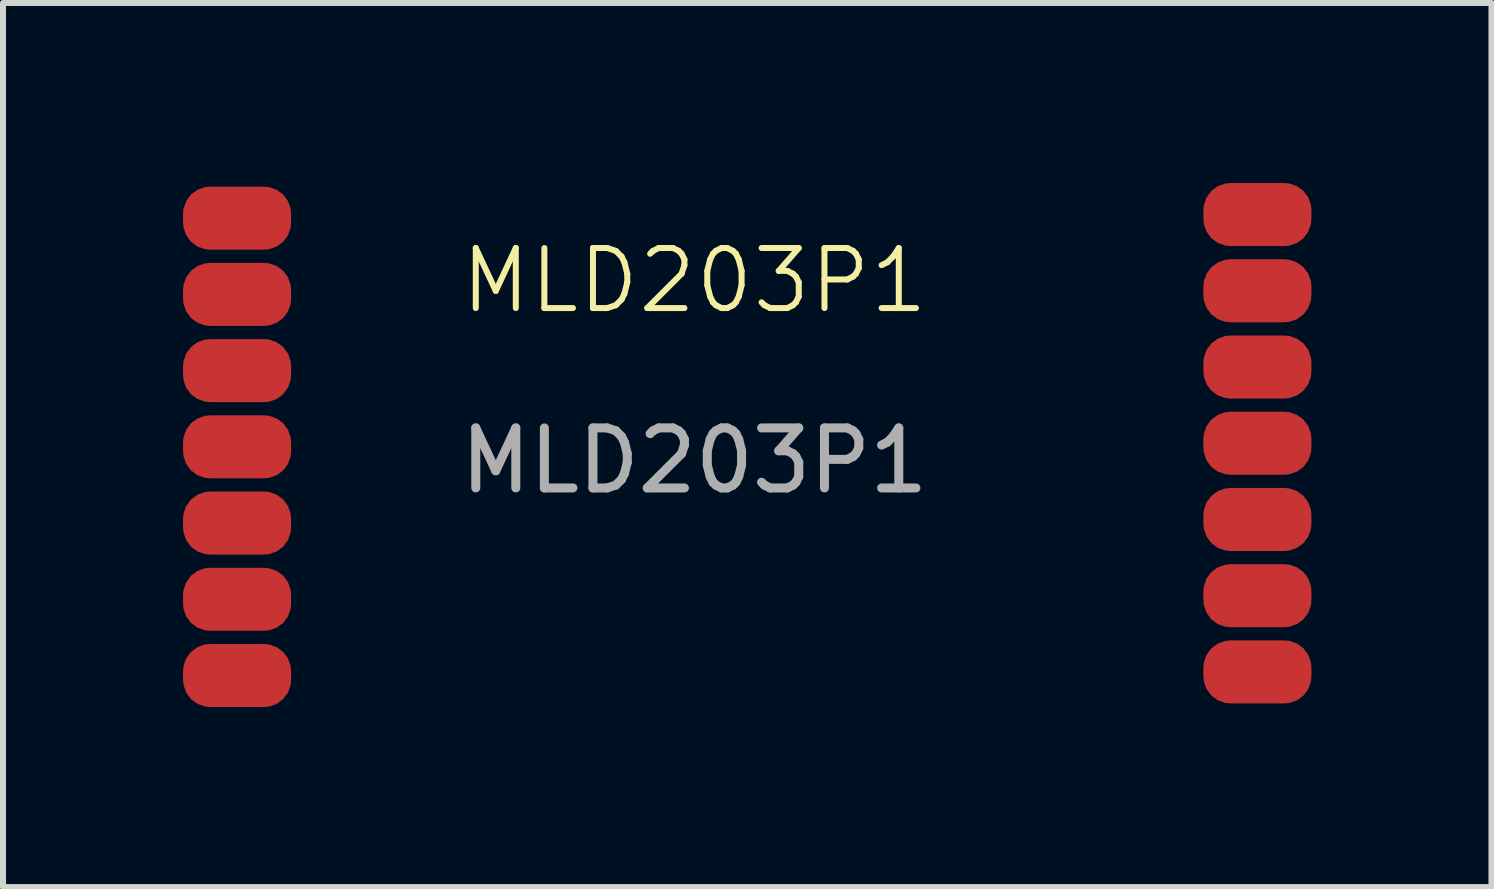
<source format=kicad_pcb>
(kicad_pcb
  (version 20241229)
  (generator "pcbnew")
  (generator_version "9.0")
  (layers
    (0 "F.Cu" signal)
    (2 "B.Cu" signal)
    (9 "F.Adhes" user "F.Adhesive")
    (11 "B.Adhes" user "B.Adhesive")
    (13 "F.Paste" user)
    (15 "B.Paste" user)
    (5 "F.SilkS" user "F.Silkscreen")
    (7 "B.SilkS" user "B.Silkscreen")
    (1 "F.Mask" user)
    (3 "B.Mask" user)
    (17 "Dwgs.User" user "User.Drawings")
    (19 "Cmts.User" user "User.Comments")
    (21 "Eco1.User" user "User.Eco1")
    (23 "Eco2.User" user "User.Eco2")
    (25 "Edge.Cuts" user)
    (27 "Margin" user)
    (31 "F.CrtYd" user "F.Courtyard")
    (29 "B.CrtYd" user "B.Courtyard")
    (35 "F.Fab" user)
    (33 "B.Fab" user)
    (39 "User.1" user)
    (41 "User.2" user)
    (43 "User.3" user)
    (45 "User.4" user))
  (footprint "MLD203P1"
    (layer "F.Cu")
    (at 0.9 8.205)
    (property "Reference" "MLD203P1" (at 7.62 -6.58 0) (unlocked yes) (layer "F.SilkS") (effects (font (size 1 1) (thickness 0.1))))
    (attr smd)
    (fp_text user "${REFERENCE}" (at 7.62 -3.58 0) (unlocked yes) (layer "F.Fab") (effects (font (size 1 1) (thickness 0.15))))
    (pad "1" smd roundrect (at 0 -7.62) (size 1.8 1.05) (layers "F.Cu" "F.Mask" "F.Paste") (roundrect_rratio 0.429))
    (pad "2" smd roundrect (at 0 -6.35) (size 1.8 1.05) (layers "F.Cu" "F.Mask" "F.Paste") (roundrect_rratio 0.429))
    (pad "3" smd roundrect (at 0 -5.08) (size 1.8 1.05) (layers "F.Cu" "F.Mask" "F.Paste") (roundrect_rratio 0.429))
    (pad "4" smd roundrect (at 0 -3.81) (size 1.8 1.05) (layers "F.Cu" "F.Mask" "F.Paste") (roundrect_rratio 0.429))
    (pad "5" smd roundrect (at 0 -2.54) (size 1.8 1.05) (layers "F.Cu" "F.Mask" "F.Paste") (roundrect_rratio 0.429))
    (pad "6" smd roundrect (at 0 -1.27) (size 1.8 1.05) (layers "F.Cu" "F.Mask" "F.Paste") (roundrect_rratio 0.429))
    (pad "7" smd roundrect (at 0 0) (size 1.8 1.05) (layers "F.Cu" "F.Mask" "F.Paste") (roundrect_rratio 0.429))
    (pad "8" smd roundrect (at 17 -7.68) (size 1.8 1.05) (layers "F.Cu" "F.Mask" "F.Paste") (roundrect_rratio 0.429))
    (pad "9" smd roundrect (at 17 -6.41) (size 1.8 1.05) (layers "F.Cu" "F.Mask" "F.Paste") (roundrect_rratio 0.429))
    (pad "10" smd roundrect (at 17 -5.14) (size 1.8 1.05) (layers "F.Cu" "F.Mask" "F.Paste") (roundrect_rratio 0.429))
    (pad "11" smd roundrect (at 17 -3.87) (size 1.8 1.05) (layers "F.Cu" "F.Mask" "F.Paste") (roundrect_rratio 0.429))
    (pad "12" smd roundrect (at 17 -2.6) (size 1.8 1.05) (layers "F.Cu" "F.Mask" "F.Paste") (roundrect_rratio 0.429))
    (pad "13" smd roundrect (at 17 -1.33) (size 1.8 1.05) (layers "F.Cu" "F.Mask" "F.Paste") (roundrect_rratio 0.429))
    (pad "14" smd roundrect (at 17 -0.06) (size 1.8 1.05) (layers "F.Cu" "F.Mask" "F.Paste") (roundrect_rratio 0.429)))
  (gr_rect
    (start -3 -3)
    (end 21.8 11.73)
    (stroke (width 0.1) (type default))
    (fill no)
    (layer "Edge.Cuts")))
</source>
